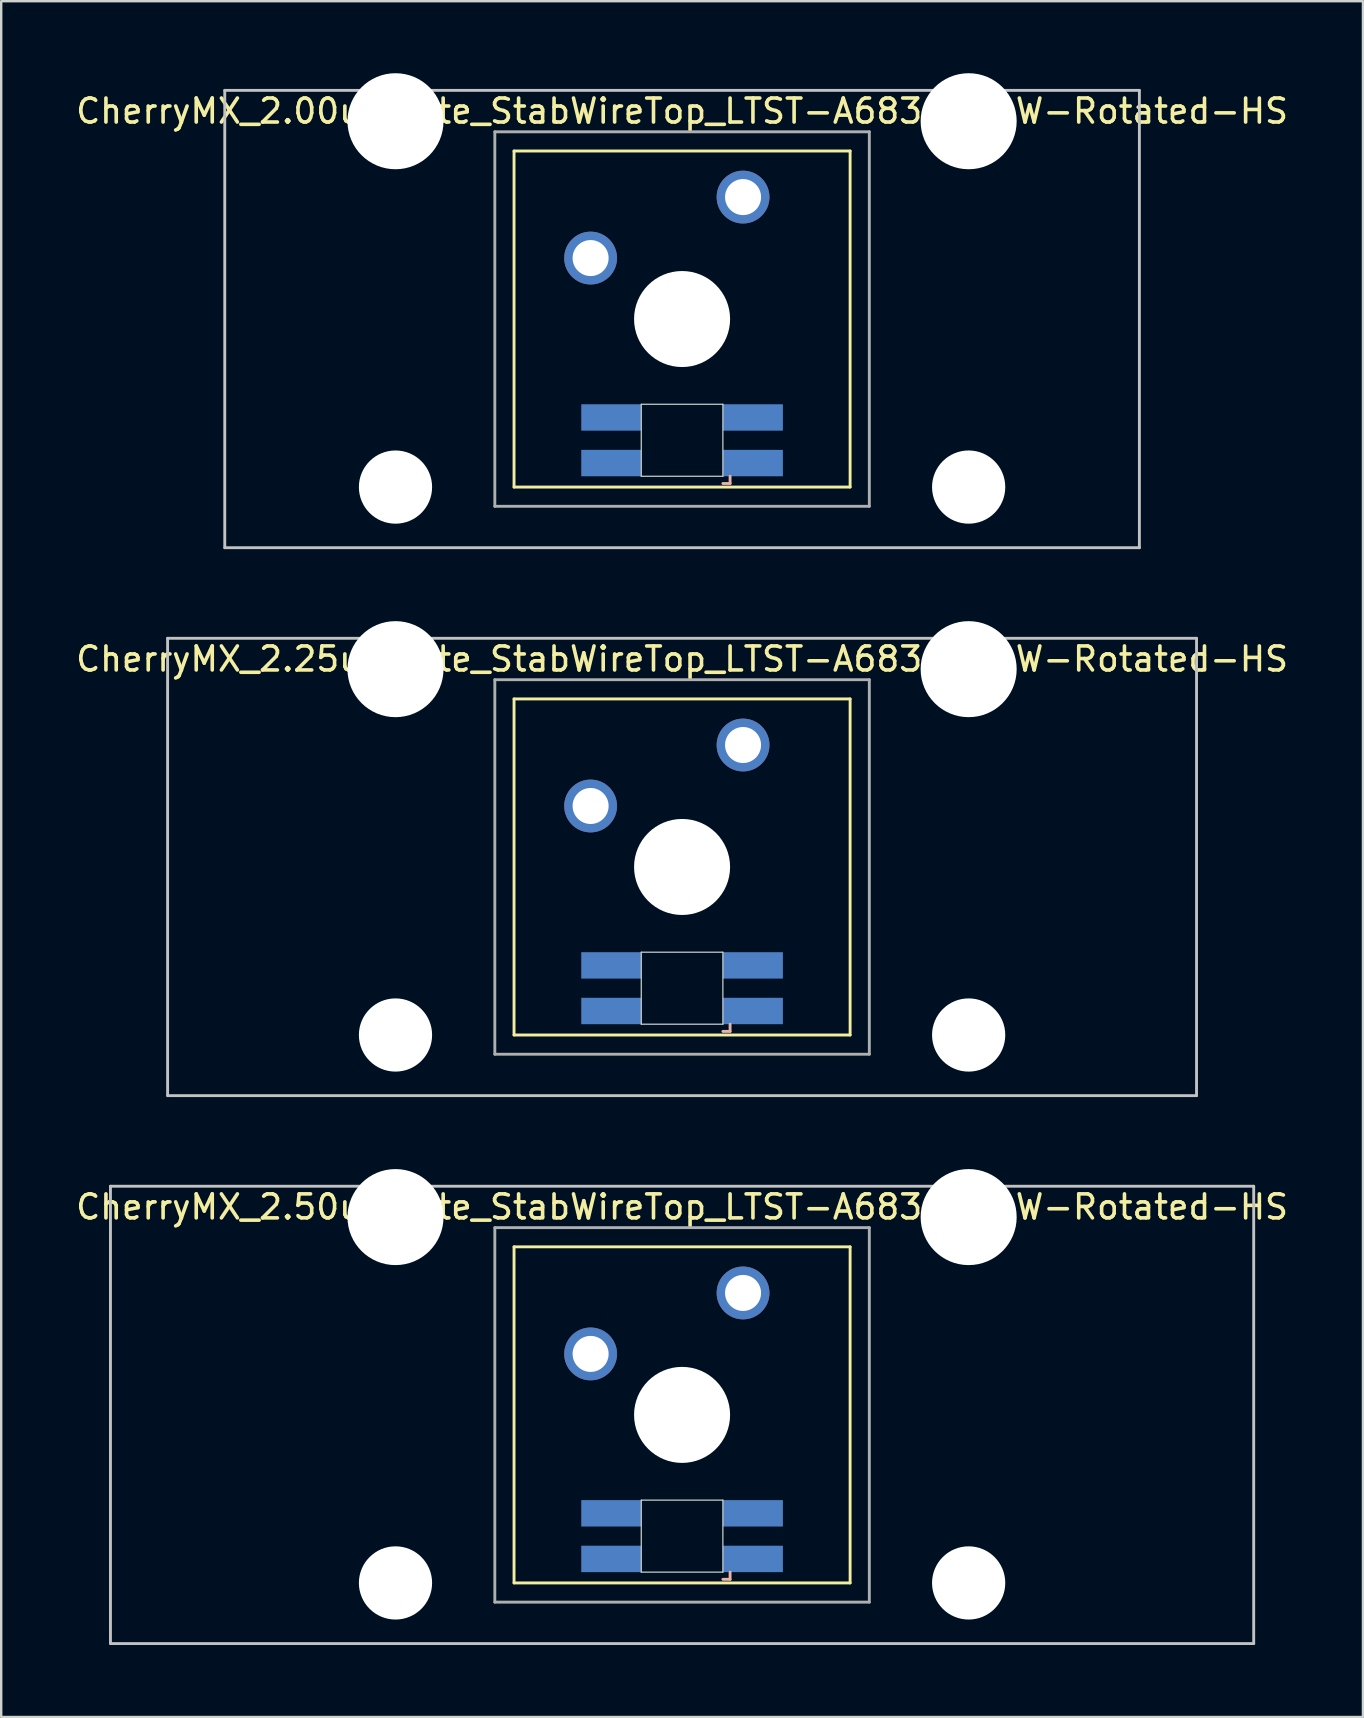
<source format=kicad_pcb>
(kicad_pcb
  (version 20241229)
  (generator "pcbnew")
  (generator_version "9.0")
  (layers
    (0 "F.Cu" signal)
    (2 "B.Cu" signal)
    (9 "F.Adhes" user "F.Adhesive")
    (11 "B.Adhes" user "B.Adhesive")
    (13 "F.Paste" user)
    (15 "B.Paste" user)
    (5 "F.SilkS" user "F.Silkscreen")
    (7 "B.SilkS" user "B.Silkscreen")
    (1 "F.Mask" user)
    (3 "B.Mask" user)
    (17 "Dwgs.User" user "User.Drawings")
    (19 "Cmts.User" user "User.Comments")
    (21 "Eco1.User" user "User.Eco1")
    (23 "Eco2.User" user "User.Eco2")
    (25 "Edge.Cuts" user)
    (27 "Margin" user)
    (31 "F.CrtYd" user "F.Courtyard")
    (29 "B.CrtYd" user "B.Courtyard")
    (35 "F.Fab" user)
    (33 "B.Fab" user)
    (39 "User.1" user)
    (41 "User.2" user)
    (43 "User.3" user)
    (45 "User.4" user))
  (footprint "CherryMX_2.25u_Plate_StabWireTop_LTST-A683CEGBW-Rotated-HS"
    (layer "F.Cu")
    (at 25.363 33.065)
    (property "Reference" "CherryMX_2.25u_Plate_StabWireTop_LTST-A683CEGBW-Rotated-HS" (at 0 -8.662 0) (layer "F.SilkS") (effects (font (size 1 1) (thickness 0.15))))
    (attr through_hole)
    (fp_line (start -7 -7) (end -7 7) (stroke (width 0.12) (type solid)) (layer "F.SilkS"))
    (fp_line (start -7 -7) (end 7 -7) (stroke (width 0.12) (type solid)) (layer "F.SilkS"))
    (fp_line (start 7 -7) (end 7 7) (stroke (width 0.12) (type solid)) (layer "F.SilkS"))
    (fp_line (start 7 7) (end -7 7) (stroke (width 0.12) (type solid)) (layer "F.SilkS"))
    (fp_line (start 1.7 6.85) (end 2 6.85) (stroke (width 0.12) (type solid)) (layer "B.SilkS"))
    (fp_line (start 2 6.85) (end 2 6.55) (stroke (width 0.12) (type solid)) (layer "B.SilkS"))
    (fp_line (start -21.431 -9.525) (end 21.431 -9.525) (stroke (width 0.12) (type solid)) (layer "Dwgs.User"))
    (fp_line (start -21.431 9.525) (end -21.431 -9.525) (stroke (width 0.12) (type solid)) (layer "Dwgs.User"))
    (fp_line (start 21.431 -9.525) (end 21.431 9.525) (stroke (width 0.12) (type solid)) (layer "Dwgs.User"))
    (fp_line (start 21.431 9.525) (end -21.431 9.525) (stroke (width 0.12) (type solid)) (layer "Dwgs.User"))
    (fp_line (start -1.7 3.55) (end 1.7 3.55) (stroke (width 0.05) (type solid)) (layer "Edge.Cuts"))
    (fp_line (start -1.7 6.55) (end -1.7 3.55) (stroke (width 0.05) (type solid)) (layer "Edge.Cuts"))
    (fp_line (start 1.7 3.55) (end 1.7 6.55) (stroke (width 0.05) (type solid)) (layer "Edge.Cuts"))
    (fp_line (start 1.7 6.55) (end -1.7 6.55) (stroke (width 0.05) (type solid)) (layer "Edge.Cuts"))
    (fp_line (start -7.8 -7.8) (end -7.8 7.8) (stroke (width 0.12) (type solid)) (layer "F.Fab"))
    (fp_line (start -7.8 -7.8) (end 7.8 -7.8) (stroke (width 0.12) (type solid)) (layer "F.Fab"))
    (fp_line (start -7.8 7.8) (end 7.8 7.8) (stroke (width 0.12) (type solid)) (layer "F.Fab"))
    (fp_line (start 7.8 -7.8) (end 7.8 7.8) (stroke (width 0.12) (type solid)) (layer "F.Fab"))
    (pad "" np_thru_hole circle (at -11.938 -8.24) (size 4 4) (drill 4) (layers "*.Cu" "*.Mask"))
    (pad "" np_thru_hole circle (at -11.938 7) (size 3.05 3.05) (drill 3.05) (layers "*.Cu" "*.Mask"))
    (pad "" np_thru_hole circle (at 0 0) (size 4 4) (drill 4) (layers "*.Cu" "*.Mask"))
    (pad "" np_thru_hole circle (at 11.938 -8.24) (size 4 4) (drill 4) (layers "*.Cu" "*.Mask"))
    (pad "" np_thru_hole circle (at 11.938 7) (size 3.05 3.05) (drill 3.05) (layers "*.Cu" "*.Mask"))
    (pad "1" thru_hole circle (at -3.81 -2.54) (size 2.2 2.2) (drill 1.5) (layers "*.Cu" "*.Mask"))
    (pad "2" thru_hole circle (at 2.54 -5.08) (size 2.2 2.2) (drill 1.5) (layers "*.Cu" "*.Mask"))
    (pad "3" smd rect (at 2.95 6) (size 2.5 1.1) (layers "B.Cu" "B.Mask" "B.Paste"))
    (pad "4" smd rect (at 2.95 4.1) (size 2.5 1.1) (layers "B.Cu" "B.Mask" "B.Paste"))
    (pad "5" smd rect (at -2.95 6) (size 2.5 1.1) (layers "B.Cu" "B.Mask" "B.Paste"))
    (pad "6" smd rect (at -2.95 4.1) (size 2.5 1.1) (layers "B.Cu" "B.Mask" "B.Paste")))
  (footprint "CherryMX_2.50u_Plate_StabWireTop_LTST-A683CEGBW-Rotated-HS"
    (layer "F.Cu")
    (at 25.363 55.89)
    (property "Reference" "CherryMX_2.50u_Plate_StabWireTop_LTST-A683CEGBW-Rotated-HS" (at 0 -8.662 0) (layer "F.SilkS") (effects (font (size 1 1) (thickness 0.15))))
    (attr through_hole)
    (fp_line (start -7 -7) (end -7 7) (stroke (width 0.12) (type solid)) (layer "F.SilkS"))
    (fp_line (start -7 -7) (end 7 -7) (stroke (width 0.12) (type solid)) (layer "F.SilkS"))
    (fp_line (start 7 -7) (end 7 7) (stroke (width 0.12) (type solid)) (layer "F.SilkS"))
    (fp_line (start 7 7) (end -7 7) (stroke (width 0.12) (type solid)) (layer "F.SilkS"))
    (fp_line (start 1.7 6.85) (end 2 6.85) (stroke (width 0.12) (type solid)) (layer "B.SilkS"))
    (fp_line (start 2 6.85) (end 2 6.55) (stroke (width 0.12) (type solid)) (layer "B.SilkS"))
    (fp_line (start -23.812 -9.525) (end 23.812 -9.525) (stroke (width 0.12) (type solid)) (layer "Dwgs.User"))
    (fp_line (start -23.812 9.525) (end -23.812 -9.525) (stroke (width 0.12) (type solid)) (layer "Dwgs.User"))
    (fp_line (start 23.812 -9.525) (end 23.812 9.525) (stroke (width 0.12) (type solid)) (layer "Dwgs.User"))
    (fp_line (start 23.812 9.525) (end -23.812 9.525) (stroke (width 0.12) (type solid)) (layer "Dwgs.User"))
    (fp_line (start -1.7 3.55) (end 1.7 3.55) (stroke (width 0.05) (type solid)) (layer "Edge.Cuts"))
    (fp_line (start -1.7 6.55) (end -1.7 3.55) (stroke (width 0.05) (type solid)) (layer "Edge.Cuts"))
    (fp_line (start 1.7 3.55) (end 1.7 6.55) (stroke (width 0.05) (type solid)) (layer "Edge.Cuts"))
    (fp_line (start 1.7 6.55) (end -1.7 6.55) (stroke (width 0.05) (type solid)) (layer "Edge.Cuts"))
    (fp_line (start -7.8 -7.8) (end -7.8 7.8) (stroke (width 0.12) (type solid)) (layer "F.Fab"))
    (fp_line (start -7.8 -7.8) (end 7.8 -7.8) (stroke (width 0.12) (type solid)) (layer "F.Fab"))
    (fp_line (start -7.8 7.8) (end 7.8 7.8) (stroke (width 0.12) (type solid)) (layer "F.Fab"))
    (fp_line (start 7.8 -7.8) (end 7.8 7.8) (stroke (width 0.12) (type solid)) (layer "F.Fab"))
    (pad "" np_thru_hole circle (at -11.938 -8.24) (size 4 4) (drill 4) (layers "*.Cu" "*.Mask"))
    (pad "" np_thru_hole circle (at -11.938 7) (size 3.05 3.05) (drill 3.05) (layers "*.Cu" "*.Mask"))
    (pad "" np_thru_hole circle (at 0 0) (size 4 4) (drill 4) (layers "*.Cu" "*.Mask"))
    (pad "" np_thru_hole circle (at 11.938 -8.24) (size 4 4) (drill 4) (layers "*.Cu" "*.Mask"))
    (pad "" np_thru_hole circle (at 11.938 7) (size 3.05 3.05) (drill 3.05) (layers "*.Cu" "*.Mask"))
    (pad "1" thru_hole circle (at -3.81 -2.54) (size 2.2 2.2) (drill 1.5) (layers "*.Cu" "*.Mask"))
    (pad "2" thru_hole circle (at 2.54 -5.08) (size 2.2 2.2) (drill 1.5) (layers "*.Cu" "*.Mask"))
    (pad "3" smd rect (at 2.95 6) (size 2.5 1.1) (layers "B.Cu" "B.Mask" "B.Paste"))
    (pad "4" smd rect (at 2.95 4.1) (size 2.5 1.1) (layers "B.Cu" "B.Mask" "B.Paste"))
    (pad "5" smd rect (at -2.95 6) (size 2.5 1.1) (layers "B.Cu" "B.Mask" "B.Paste"))
    (pad "6" smd rect (at -2.95 4.1) (size 2.5 1.1) (layers "B.Cu" "B.Mask" "B.Paste")))
  (footprint "CherryMX_2.00u_Plate_StabWireTop_LTST-A683CEGBW-Rotated-HS"
    (layer "F.Cu")
    (at 25.363 10.24)
    (property "Reference" "CherryMX_2.00u_Plate_StabWireTop_LTST-A683CEGBW-Rotated-HS" (at 0 -8.662 0) (layer "F.SilkS") (effects (font (size 1 1) (thickness 0.15))))
    (attr through_hole)
    (fp_line (start -7 -7) (end -7 7) (stroke (width 0.12) (type solid)) (layer "F.SilkS"))
    (fp_line (start -7 -7) (end 7 -7) (stroke (width 0.12) (type solid)) (layer "F.SilkS"))
    (fp_line (start 7 -7) (end 7 7) (stroke (width 0.12) (type solid)) (layer "F.SilkS"))
    (fp_line (start 7 7) (end -7 7) (stroke (width 0.12) (type solid)) (layer "F.SilkS"))
    (fp_line (start 1.7 6.85) (end 2 6.85) (stroke (width 0.12) (type solid)) (layer "B.SilkS"))
    (fp_line (start 2 6.85) (end 2 6.55) (stroke (width 0.12) (type solid)) (layer "B.SilkS"))
    (fp_line (start -19.05 -9.525) (end 19.05 -9.525) (stroke (width 0.12) (type solid)) (layer "Dwgs.User"))
    (fp_line (start -19.05 9.525) (end -19.05 -9.525) (stroke (width 0.12) (type solid)) (layer "Dwgs.User"))
    (fp_line (start 19.05 -9.525) (end 19.05 9.525) (stroke (width 0.12) (type solid)) (layer "Dwgs.User"))
    (fp_line (start 19.05 9.525) (end -19.05 9.525) (stroke (width 0.12) (type solid)) (layer "Dwgs.User"))
    (fp_line (start -1.7 3.55) (end 1.7 3.55) (stroke (width 0.05) (type solid)) (layer "Edge.Cuts"))
    (fp_line (start -1.7 6.55) (end -1.7 3.55) (stroke (width 0.05) (type solid)) (layer "Edge.Cuts"))
    (fp_line (start 1.7 3.55) (end 1.7 6.55) (stroke (width 0.05) (type solid)) (layer "Edge.Cuts"))
    (fp_line (start 1.7 6.55) (end -1.7 6.55) (stroke (width 0.05) (type solid)) (layer "Edge.Cuts"))
    (fp_line (start -7.8 -7.8) (end -7.8 7.8) (stroke (width 0.12) (type solid)) (layer "F.Fab"))
    (fp_line (start -7.8 -7.8) (end 7.8 -7.8) (stroke (width 0.12) (type solid)) (layer "F.Fab"))
    (fp_line (start -7.8 7.8) (end 7.8 7.8) (stroke (width 0.12) (type solid)) (layer "F.Fab"))
    (fp_line (start 7.8 -7.8) (end 7.8 7.8) (stroke (width 0.12) (type solid)) (layer "F.Fab"))
    (pad "" np_thru_hole circle (at -11.938 -8.24) (size 4 4) (drill 4) (layers "*.Cu" "*.Mask"))
    (pad "" np_thru_hole circle (at -11.938 7) (size 3.05 3.05) (drill 3.05) (layers "*.Cu" "*.Mask"))
    (pad "" np_thru_hole circle (at 0 0) (size 4 4) (drill 4) (layers "*.Cu" "*.Mask"))
    (pad "" np_thru_hole circle (at 11.938 -8.24) (size 4 4) (drill 4) (layers "*.Cu" "*.Mask"))
    (pad "" np_thru_hole circle (at 11.938 7) (size 3.05 3.05) (drill 3.05) (layers "*.Cu" "*.Mask"))
    (pad "1" thru_hole circle (at -3.81 -2.54) (size 2.2 2.2) (drill 1.5) (layers "*.Cu" "*.Mask"))
    (pad "2" thru_hole circle (at 2.54 -5.08) (size 2.2 2.2) (drill 1.5) (layers "*.Cu" "*.Mask"))
    (pad "3" smd rect (at 2.95 6) (size 2.5 1.1) (layers "B.Cu" "B.Mask" "B.Paste"))
    (pad "4" smd rect (at 2.95 4.1) (size 2.5 1.1) (layers "B.Cu" "B.Mask" "B.Paste"))
    (pad "5" smd rect (at -2.95 6) (size 2.5 1.1) (layers "B.Cu" "B.Mask" "B.Paste"))
    (pad "6" smd rect (at -2.95 4.1) (size 2.5 1.1) (layers "B.Cu" "B.Mask" "B.Paste")))
  (gr_rect
    (start -3 -3)
    (end 53.726 68.475)
    (stroke (width 0.1) (type default))
    (fill no)
    (layer "Edge.Cuts")))
</source>
